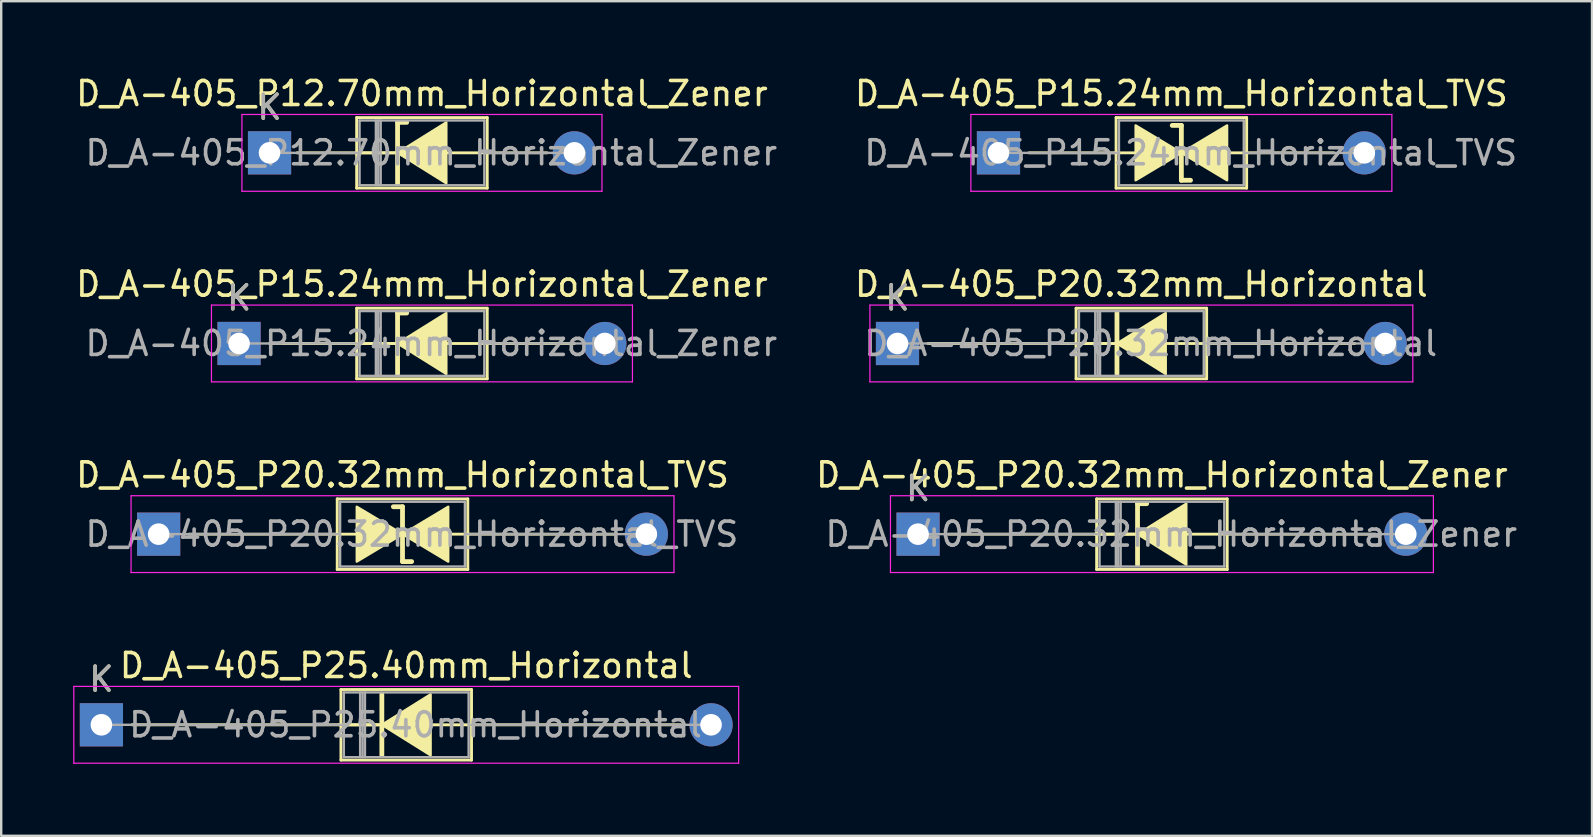
<source format=kicad_pcb>
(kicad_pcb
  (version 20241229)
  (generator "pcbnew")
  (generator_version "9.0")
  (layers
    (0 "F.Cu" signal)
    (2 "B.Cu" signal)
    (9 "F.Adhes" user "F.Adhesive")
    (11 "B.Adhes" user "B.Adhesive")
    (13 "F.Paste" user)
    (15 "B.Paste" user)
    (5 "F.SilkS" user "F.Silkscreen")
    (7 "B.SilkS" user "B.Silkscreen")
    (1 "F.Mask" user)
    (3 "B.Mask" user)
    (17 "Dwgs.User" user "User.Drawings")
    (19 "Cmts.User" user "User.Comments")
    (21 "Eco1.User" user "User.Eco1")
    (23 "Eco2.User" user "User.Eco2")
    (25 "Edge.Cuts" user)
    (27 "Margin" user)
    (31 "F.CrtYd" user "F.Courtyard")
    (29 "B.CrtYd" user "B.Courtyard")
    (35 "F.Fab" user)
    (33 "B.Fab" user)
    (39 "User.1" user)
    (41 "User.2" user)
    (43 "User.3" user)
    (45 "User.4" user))
  (footprint "D_A-405_P20.32mm_Horizontal_TVS"
    (layer "F.Cu")
    (at 3.56 19.205)
    (property "Reference" "D_A-405_P20.32mm_Horizontal_TVS" (at 10.16 -2.47 0) (layer "F.SilkS") (effects (font (size 1 1) (thickness 0.15))))
    (attr through_hole)
    (fp_line (start 1.27 0) (end 7.44 0) (stroke (width 0.12) (type solid)) (layer "F.SilkS"))
    (fp_line (start 7.44 -1.47) (end 7.44 1.47) (stroke (width 0.12) (type solid)) (layer "F.SilkS"))
    (fp_line (start 7.44 0) (end 8.255 0) (stroke (width 0.12) (type solid)) (layer "F.SilkS"))
    (fp_line (start 7.44 1.47) (end 12.88 1.47) (stroke (width 0.12) (type solid)) (layer "F.SilkS"))
    (fp_line (start 10.16 -1.143) (end 9.779 -1.143) (stroke (width 0.2) (type solid)) (layer "F.SilkS"))
    (fp_line (start 10.16 1.143) (end 10.16 -1.143) (stroke (width 0.2) (type solid)) (layer "F.SilkS"))
    (fp_line (start 10.541 1.143) (end 10.16 1.143) (stroke (width 0.2) (type solid)) (layer "F.SilkS"))
    (fp_line (start 12.88 -1.47) (end 7.44 -1.47) (stroke (width 0.12) (type solid)) (layer "F.SilkS"))
    (fp_line (start 12.88 0) (end 12.065 0) (stroke (width 0.12) (type solid)) (layer "F.SilkS"))
    (fp_line (start 12.88 1.47) (end 12.88 -1.47) (stroke (width 0.12) (type solid)) (layer "F.SilkS"))
    (fp_line (start 19.05 0) (end 12.88 0) (stroke (width 0.12) (type solid)) (layer "F.SilkS"))
    (fp_poly (pts (xy 10.16 0) (xy 8.255 1.143) (xy 8.255 -1.143)) (stroke (width 0.1) (type solid)) (fill yes) (layer "F.SilkS"))
    (fp_poly (pts (xy 10.16 0) (xy 12.065 -1.143) (xy 12.065 1.143)) (stroke (width 0.1) (type solid)) (fill yes) (layer "F.SilkS"))
    (fp_line (start -1.15 -1.6) (end -1.15 1.6) (stroke (width 0.05) (type solid)) (layer "F.CrtYd"))
    (fp_line (start -1.15 1.6) (end 21.47 1.6) (stroke (width 0.05) (type solid)) (layer "F.CrtYd"))
    (fp_line (start 21.47 -1.6) (end -1.15 -1.6) (stroke (width 0.05) (type solid)) (layer "F.CrtYd"))
    (fp_line (start 21.47 1.6) (end 21.47 -1.6) (stroke (width 0.05) (type solid)) (layer "F.CrtYd"))
    (fp_line (start 0 0) (end 7.56 0) (stroke (width 0.1) (type solid)) (layer "F.Fab"))
    (fp_line (start 7.56 -1.35) (end 7.56 1.35) (stroke (width 0.1) (type solid)) (layer "F.Fab"))
    (fp_line (start 7.56 1.35) (end 12.76 1.35) (stroke (width 0.1) (type solid)) (layer "F.Fab"))
    (fp_line (start 12.76 -1.35) (end 7.56 -1.35) (stroke (width 0.1) (type solid)) (layer "F.Fab"))
    (fp_line (start 12.76 1.35) (end 12.76 -1.35) (stroke (width 0.1) (type solid)) (layer "F.Fab"))
    (fp_line (start 20.32 0) (end 12.76 0) (stroke (width 0.1) (type solid)) (layer "F.Fab"))
    (fp_text user "${REFERENCE}" (at 10.55 0 0) (layer "F.Fab") (effects (font (size 1 1) (thickness 0.15))))
    (pad "1" thru_hole rect (at 0 0) (size 1.8 1.8) (drill 0.9) (layers "*.Cu" "*.Mask"))
    (pad "2" thru_hole oval (at 20.32 0) (size 1.8 1.8) (drill 0.9) (layers "*.Cu" "*.Mask")))
  (footprint "D_A-405_P20.32mm_Horizontal_Zener"
    (layer "F.Cu")
    (at 35.2 19.205)
    (property "Reference" "D_A-405_P20.32mm_Horizontal_Zener" (at 10.16 -2.47 0) (layer "F.SilkS") (effects (font (size 1 1) (thickness 0.15))))
    (attr through_hole)
    (fp_line (start 1.27 0) (end 7.44 0) (stroke (width 0.12) (type solid)) (layer "F.SilkS"))
    (fp_line (start 7.44 -1.47) (end 7.44 1.47) (stroke (width 0.12) (type solid)) (layer "F.SilkS"))
    (fp_line (start 7.44 1.47) (end 12.88 1.47) (stroke (width 0.12) (type solid)) (layer "F.SilkS"))
    (fp_line (start 7.61 0) (end 9.144 0) (stroke (width 0.12) (type solid)) (layer "F.SilkS"))
    (fp_line (start 9.01 0) (end 7.366 0) (stroke (width 0.12) (type solid)) (layer "F.SilkS"))
    (fp_line (start 9.144 -1.27) (end 9.144 1.27) (stroke (width 0.2) (type solid)) (layer "F.SilkS"))
    (fp_line (start 9.144 -1.27) (end 9.525 -1.27) (stroke (width 0.2) (type solid)) (layer "F.SilkS"))
    (fp_line (start 12.88 -1.47) (end 7.44 -1.47) (stroke (width 0.12) (type solid)) (layer "F.SilkS"))
    (fp_line (start 12.88 0) (end 11.239 0) (stroke (width 0.12) (type solid)) (layer "F.SilkS"))
    (fp_line (start 12.88 1.47) (end 12.88 -1.47) (stroke (width 0.12) (type solid)) (layer "F.SilkS"))
    (fp_line (start 19.05 0) (end 12.88 0) (stroke (width 0.12) (type solid)) (layer "F.SilkS"))
    (fp_poly (pts (xy 11.176 1.27) (xy 9.144 0) (xy 11.176 -1.27)) (stroke (width 0.1) (type solid)) (fill yes) (layer "F.SilkS"))
    (fp_line (start -1.15 -1.6) (end -1.15 1.6) (stroke (width 0.05) (type solid)) (layer "F.CrtYd"))
    (fp_line (start -1.15 1.6) (end 21.47 1.6) (stroke (width 0.05) (type solid)) (layer "F.CrtYd"))
    (fp_line (start 21.47 -1.6) (end -1.15 -1.6) (stroke (width 0.05) (type solid)) (layer "F.CrtYd"))
    (fp_line (start 21.47 1.6) (end 21.47 -1.6) (stroke (width 0.05) (type solid)) (layer "F.CrtYd"))
    (fp_line (start 0 0) (end 7.56 0) (stroke (width 0.1) (type solid)) (layer "F.Fab"))
    (fp_line (start 7.56 -1.35) (end 7.56 1.35) (stroke (width 0.1) (type solid)) (layer "F.Fab"))
    (fp_line (start 7.56 1.35) (end 12.76 1.35) (stroke (width 0.1) (type solid)) (layer "F.Fab"))
    (fp_line (start 8.24 -1.35) (end 8.24 1.35) (stroke (width 0.1) (type solid)) (layer "F.Fab"))
    (fp_line (start 8.34 -1.35) (end 8.34 1.35) (stroke (width 0.1) (type solid)) (layer "F.Fab"))
    (fp_line (start 8.44 -1.35) (end 8.44 1.35) (stroke (width 0.1) (type solid)) (layer "F.Fab"))
    (fp_line (start 12.76 -1.35) (end 7.56 -1.35) (stroke (width 0.1) (type solid)) (layer "F.Fab"))
    (fp_line (start 12.76 1.35) (end 12.76 -1.35) (stroke (width 0.1) (type solid)) (layer "F.Fab"))
    (fp_line (start 20.32 0) (end 12.76 0) (stroke (width 0.1) (type solid)) (layer "F.Fab"))
    (fp_text user "K" (at 0 -1.9 0) (layer "F.SilkS") (effects (font (size 1 1) (thickness 0.15))))
    (fp_text user "K" (at 0 -1.9 0) (layer "F.Fab") (effects (font (size 1 1) (thickness 0.15))))
    (fp_text user "${REFERENCE}" (at 10.55 0 0) (layer "F.Fab") (effects (font (size 1 1) (thickness 0.15))))
    (pad "1" thru_hole rect (at 0 0) (size 1.8 1.8) (drill 0.9) (layers "*.Cu" "*.Mask"))
    (pad "2" thru_hole oval (at 20.32 0) (size 1.8 1.8) (drill 0.9) (layers "*.Cu" "*.Mask")))
  (footprint "D_A-405_P25.40mm_Horizontal"
    (layer "F.Cu")
    (at 1.175 27.148)
    (property "Reference" "D_A-405_P25.40mm_Horizontal" (at 12.7 -2.47 0) (layer "F.SilkS") (effects (font (size 1 1) (thickness 0.15))))
    (attr through_hole)
    (fp_line (start 1.27 0) (end 9.98 0) (stroke (width 0.12) (type solid)) (layer "F.SilkS"))
    (fp_line (start 9.98 -1.47) (end 9.98 1.47) (stroke (width 0.12) (type solid)) (layer "F.SilkS"))
    (fp_line (start 9.98 1.47) (end 15.42 1.47) (stroke (width 0.12) (type solid)) (layer "F.SilkS"))
    (fp_line (start 10.15 0) (end 11.55 0) (stroke (width 0.12) (type solid)) (layer "F.SilkS"))
    (fp_line (start 11.684 -1.27) (end 11.684 1.27) (stroke (width 0.2) (type solid)) (layer "F.SilkS"))
    (fp_line (start 11.684 0) (end 9.906 0) (stroke (width 0.12) (type solid)) (layer "F.SilkS"))
    (fp_line (start 15.42 -1.47) (end 9.98 -1.47) (stroke (width 0.12) (type solid)) (layer "F.SilkS"))
    (fp_line (start 15.42 0) (end 13.78 0) (stroke (width 0.12) (type solid)) (layer "F.SilkS"))
    (fp_line (start 15.42 1.47) (end 15.42 -1.47) (stroke (width 0.12) (type solid)) (layer "F.SilkS"))
    (fp_line (start 24.13 0) (end 15.42 0) (stroke (width 0.12) (type solid)) (layer "F.SilkS"))
    (fp_poly (pts (xy 13.716 1.27) (xy 11.684 0) (xy 13.716 -1.27)) (stroke (width 0.1) (type solid)) (fill yes) (layer "F.SilkS"))
    (fp_line (start -1.15 -1.6) (end -1.15 1.6) (stroke (width 0.05) (type solid)) (layer "F.CrtYd"))
    (fp_line (start -1.15 1.6) (end 26.55 1.6) (stroke (width 0.05) (type solid)) (layer "F.CrtYd"))
    (fp_line (start 26.55 -1.6) (end -1.15 -1.6) (stroke (width 0.05) (type solid)) (layer "F.CrtYd"))
    (fp_line (start 26.55 1.6) (end 26.55 -1.6) (stroke (width 0.05) (type solid)) (layer "F.CrtYd"))
    (fp_line (start 0 0) (end 10.1 0) (stroke (width 0.1) (type solid)) (layer "F.Fab"))
    (fp_line (start 10.1 -1.35) (end 10.1 1.35) (stroke (width 0.1) (type solid)) (layer "F.Fab"))
    (fp_line (start 10.1 1.35) (end 15.3 1.35) (stroke (width 0.1) (type solid)) (layer "F.Fab"))
    (fp_line (start 10.78 -1.35) (end 10.78 1.35) (stroke (width 0.1) (type solid)) (layer "F.Fab"))
    (fp_line (start 10.88 -1.35) (end 10.88 1.35) (stroke (width 0.1) (type solid)) (layer "F.Fab"))
    (fp_line (start 10.98 -1.35) (end 10.98 1.35) (stroke (width 0.1) (type solid)) (layer "F.Fab"))
    (fp_line (start 15.3 -1.35) (end 10.1 -1.35) (stroke (width 0.1) (type solid)) (layer "F.Fab"))
    (fp_line (start 15.3 1.35) (end 15.3 -1.35) (stroke (width 0.1) (type solid)) (layer "F.Fab"))
    (fp_line (start 25.4 0) (end 15.3 0) (stroke (width 0.1) (type solid)) (layer "F.Fab"))
    (fp_text user "K" (at 0 -1.9 0) (layer "F.SilkS") (effects (font (size 1 1) (thickness 0.15))))
    (fp_text user "${REFERENCE}" (at 13.09 0 0) (layer "F.Fab") (effects (font (size 1 1) (thickness 0.15))))
    (fp_text user "K" (at 0 -1.9 0) (layer "F.Fab") (effects (font (size 1 1) (thickness 0.15))))
    (pad "1" thru_hole rect (at 0 0) (size 1.8 1.8) (drill 0.9) (layers "*.Cu" "*.Mask"))
    (pad "2" thru_hole oval (at 25.4 0) (size 1.8 1.8) (drill 0.9) (layers "*.Cu" "*.Mask")))
  (footprint "D_A-405_P12.70mm_Horizontal_Zener"
    (layer "F.Cu")
    (at 8.18 3.318)
    (property "Reference" "D_A-405_P12.70mm_Horizontal_Zener" (at 6.35 -2.47 0) (layer "F.SilkS") (effects (font (size 1 1) (thickness 0.15))))
    (attr through_hole)
    (fp_line (start 1.14 0) (end 3.63 0) (stroke (width 0.12) (type solid)) (layer "F.SilkS"))
    (fp_line (start 3.63 -1.47) (end 3.63 1.47) (stroke (width 0.12) (type solid)) (layer "F.SilkS"))
    (fp_line (start 3.63 0) (end 5.2 0) (stroke (width 0.12) (type solid)) (layer "F.SilkS"))
    (fp_line (start 3.63 1.47) (end 9.07 1.47) (stroke (width 0.12) (type solid)) (layer "F.SilkS"))
    (fp_line (start 5.334 -1.27) (end 5.334 1.27) (stroke (width 0.2) (type solid)) (layer "F.SilkS"))
    (fp_line (start 5.334 -1.27) (end 5.715 -1.27) (stroke (width 0.2) (type solid)) (layer "F.SilkS"))
    (fp_line (start 5.334 0) (end 3.8 0) (stroke (width 0.12) (type solid)) (layer "F.SilkS"))
    (fp_line (start 9.07 -1.47) (end 3.63 -1.47) (stroke (width 0.12) (type solid)) (layer "F.SilkS"))
    (fp_line (start 9.07 0) (end 7.429 0) (stroke (width 0.12) (type solid)) (layer "F.SilkS"))
    (fp_line (start 9.07 1.47) (end 9.07 -1.47) (stroke (width 0.12) (type solid)) (layer "F.SilkS"))
    (fp_line (start 11.56 0) (end 9.07 0) (stroke (width 0.12) (type solid)) (layer "F.SilkS"))
    (fp_poly (pts (xy 7.366 1.27) (xy 5.334 0) (xy 7.366 -1.27)) (stroke (width 0.1) (type solid)) (fill yes) (layer "F.SilkS"))
    (fp_line (start -1.15 -1.6) (end -1.15 1.6) (stroke (width 0.05) (type solid)) (layer "F.CrtYd"))
    (fp_line (start -1.15 1.6) (end 13.85 1.6) (stroke (width 0.05) (type solid)) (layer "F.CrtYd"))
    (fp_line (start 13.85 -1.6) (end -1.15 -1.6) (stroke (width 0.05) (type solid)) (layer "F.CrtYd"))
    (fp_line (start 13.85 1.6) (end 13.85 -1.6) (stroke (width 0.05) (type solid)) (layer "F.CrtYd"))
    (fp_line (start 0 0) (end 3.75 0) (stroke (width 0.1) (type solid)) (layer "F.Fab"))
    (fp_line (start 3.75 -1.35) (end 3.75 1.35) (stroke (width 0.1) (type solid)) (layer "F.Fab"))
    (fp_line (start 3.75 1.35) (end 8.95 1.35) (stroke (width 0.1) (type solid)) (layer "F.Fab"))
    (fp_line (start 4.43 -1.35) (end 4.43 1.35) (stroke (width 0.1) (type solid)) (layer "F.Fab"))
    (fp_line (start 4.53 -1.35) (end 4.53 1.35) (stroke (width 0.1) (type solid)) (layer "F.Fab"))
    (fp_line (start 4.63 -1.35) (end 4.63 1.35) (stroke (width 0.1) (type solid)) (layer "F.Fab"))
    (fp_line (start 8.95 -1.35) (end 3.75 -1.35) (stroke (width 0.1) (type solid)) (layer "F.Fab"))
    (fp_line (start 8.95 1.35) (end 8.95 -1.35) (stroke (width 0.1) (type solid)) (layer "F.Fab"))
    (fp_line (start 12.7 0) (end 8.95 0) (stroke (width 0.1) (type solid)) (layer "F.Fab"))
    (fp_text user "K" (at 0 -1.9 0) (layer "F.SilkS") (effects (font (size 1 1) (thickness 0.15))))
    (fp_text user "${REFERENCE}" (at 6.74 0 0) (layer "F.Fab") (effects (font (size 1 1) (thickness 0.15))))
    (fp_text user "K" (at 0 -1.9 0) (layer "F.Fab") (effects (font (size 1 1) (thickness 0.15))))
    (pad "1" thru_hole rect (at 0 0) (size 1.8 1.8) (drill 0.9) (layers "*.Cu" "*.Mask"))
    (pad "2" thru_hole oval (at 12.7 0) (size 1.8 1.8) (drill 0.9) (layers "*.Cu" "*.Mask")))
  (footprint "D_A-405_P20.32mm_Horizontal"
    (layer "F.Cu")
    (at 34.343 11.261)
    (property "Reference" "D_A-405_P20.32mm_Horizontal" (at 10.16 -2.47 0) (layer "F.SilkS") (effects (font (size 1 1) (thickness 0.15))))
    (attr through_hole)
    (fp_line (start 1.27 0) (end 7.44 0) (stroke (width 0.12) (type solid)) (layer "F.SilkS"))
    (fp_line (start 7.44 -1.47) (end 7.44 1.47) (stroke (width 0.12) (type solid)) (layer "F.SilkS"))
    (fp_line (start 7.44 1.47) (end 12.88 1.47) (stroke (width 0.12) (type solid)) (layer "F.SilkS"))
    (fp_line (start 7.61 0) (end 9.144 0) (stroke (width 0.12) (type solid)) (layer "F.SilkS"))
    (fp_line (start 9.01 0) (end 7.366 0) (stroke (width 0.12) (type solid)) (layer "F.SilkS"))
    (fp_line (start 9.144 -1.27) (end 9.144 1.27) (stroke (width 0.2) (type solid)) (layer "F.SilkS"))
    (fp_line (start 12.88 -1.47) (end 7.44 -1.47) (stroke (width 0.12) (type solid)) (layer "F.SilkS"))
    (fp_line (start 12.88 0) (end 11.239 0) (stroke (width 0.12) (type solid)) (layer "F.SilkS"))
    (fp_line (start 12.88 1.47) (end 12.88 -1.47) (stroke (width 0.12) (type solid)) (layer "F.SilkS"))
    (fp_line (start 19.05 0) (end 12.88 0) (stroke (width 0.12) (type solid)) (layer "F.SilkS"))
    (fp_poly (pts (xy 11.176 1.27) (xy 9.144 0) (xy 11.176 -1.27)) (stroke (width 0.1) (type solid)) (fill yes) (layer "F.SilkS"))
    (fp_line (start -1.15 -1.6) (end -1.15 1.6) (stroke (width 0.05) (type solid)) (layer "F.CrtYd"))
    (fp_line (start -1.15 1.6) (end 21.47 1.6) (stroke (width 0.05) (type solid)) (layer "F.CrtYd"))
    (fp_line (start 21.47 -1.6) (end -1.15 -1.6) (stroke (width 0.05) (type solid)) (layer "F.CrtYd"))
    (fp_line (start 21.47 1.6) (end 21.47 -1.6) (stroke (width 0.05) (type solid)) (layer "F.CrtYd"))
    (fp_line (start 0 0) (end 7.56 0) (stroke (width 0.1) (type solid)) (layer "F.Fab"))
    (fp_line (start 7.56 -1.35) (end 7.56 1.35) (stroke (width 0.1) (type solid)) (layer "F.Fab"))
    (fp_line (start 7.56 1.35) (end 12.76 1.35) (stroke (width 0.1) (type solid)) (layer "F.Fab"))
    (fp_line (start 8.24 -1.35) (end 8.24 1.35) (stroke (width 0.1) (type solid)) (layer "F.Fab"))
    (fp_line (start 8.34 -1.35) (end 8.34 1.35) (stroke (width 0.1) (type solid)) (layer "F.Fab"))
    (fp_line (start 8.44 -1.35) (end 8.44 1.35) (stroke (width 0.1) (type solid)) (layer "F.Fab"))
    (fp_line (start 12.76 -1.35) (end 7.56 -1.35) (stroke (width 0.1) (type solid)) (layer "F.Fab"))
    (fp_line (start 12.76 1.35) (end 12.76 -1.35) (stroke (width 0.1) (type solid)) (layer "F.Fab"))
    (fp_line (start 20.32 0) (end 12.76 0) (stroke (width 0.1) (type solid)) (layer "F.Fab"))
    (fp_text user "K" (at 0 -1.9 0) (layer "F.SilkS") (effects (font (size 1 1) (thickness 0.15))))
    (fp_text user "${REFERENCE}" (at 10.55 0 0) (layer "F.Fab") (effects (font (size 1 1) (thickness 0.15))))
    (fp_text user "K" (at 0 -1.9 0) (layer "F.Fab") (effects (font (size 1 1) (thickness 0.15))))
    (pad "1" thru_hole rect (at 0 0) (size 1.8 1.8) (drill 0.9) (layers "*.Cu" "*.Mask"))
    (pad "2" thru_hole oval (at 20.32 0) (size 1.8 1.8) (drill 0.9) (layers "*.Cu" "*.Mask")))
  (footprint "D_A-405_P15.24mm_Horizontal_TVS"
    (layer "F.Cu")
    (at 38.55 3.318)
    (property "Reference" "D_A-405_P15.24mm_Horizontal_TVS" (at 7.62 -2.47 0) (layer "F.SilkS") (effects (font (size 1 1) (thickness 0.15))))
    (attr through_hole)
    (fp_line (start 1.27 0) (end 4.9 0) (stroke (width 0.12) (type solid)) (layer "F.SilkS"))
    (fp_line (start 4.9 -1.47) (end 4.9 1.47) (stroke (width 0.12) (type solid)) (layer "F.SilkS"))
    (fp_line (start 4.9 0) (end 5.715 0) (stroke (width 0.12) (type solid)) (layer "F.SilkS"))
    (fp_line (start 4.9 1.47) (end 10.34 1.47) (stroke (width 0.12) (type solid)) (layer "F.SilkS"))
    (fp_line (start 7.62 -1.143) (end 7.239 -1.143) (stroke (width 0.2) (type solid)) (layer "F.SilkS"))
    (fp_line (start 7.62 1.143) (end 7.62 -1.143) (stroke (width 0.2) (type solid)) (layer "F.SilkS"))
    (fp_line (start 8.001 1.143) (end 7.62 1.143) (stroke (width 0.2) (type solid)) (layer "F.SilkS"))
    (fp_line (start 10.34 -1.47) (end 4.9 -1.47) (stroke (width 0.12) (type solid)) (layer "F.SilkS"))
    (fp_line (start 10.34 0) (end 9.525 0) (stroke (width 0.12) (type solid)) (layer "F.SilkS"))
    (fp_line (start 10.34 1.47) (end 10.34 -1.47) (stroke (width 0.12) (type solid)) (layer "F.SilkS"))
    (fp_line (start 13.97 0) (end 10.34 0) (stroke (width 0.12) (type solid)) (layer "F.SilkS"))
    (fp_poly (pts (xy 7.62 0) (xy 5.715 1.143) (xy 5.715 -1.143)) (stroke (width 0.1) (type solid)) (fill yes) (layer "F.SilkS"))
    (fp_poly (pts (xy 7.62 0) (xy 9.525 -1.143) (xy 9.525 1.143)) (stroke (width 0.1) (type solid)) (fill yes) (layer "F.SilkS"))
    (fp_line (start -1.15 -1.6) (end -1.15 1.6) (stroke (width 0.05) (type solid)) (layer "F.CrtYd"))
    (fp_line (start -1.15 1.6) (end 16.39 1.6) (stroke (width 0.05) (type solid)) (layer "F.CrtYd"))
    (fp_line (start 16.39 -1.6) (end -1.15 -1.6) (stroke (width 0.05) (type solid)) (layer "F.CrtYd"))
    (fp_line (start 16.39 1.6) (end 16.39 -1.6) (stroke (width 0.05) (type solid)) (layer "F.CrtYd"))
    (fp_line (start 0 0) (end 5.02 0) (stroke (width 0.1) (type solid)) (layer "F.Fab"))
    (fp_line (start 5.02 -1.35) (end 5.02 1.35) (stroke (width 0.1) (type solid)) (layer "F.Fab"))
    (fp_line (start 5.02 1.35) (end 10.22 1.35) (stroke (width 0.1) (type solid)) (layer "F.Fab"))
    (fp_line (start 10.22 -1.35) (end 5.02 -1.35) (stroke (width 0.1) (type solid)) (layer "F.Fab"))
    (fp_line (start 10.22 1.35) (end 10.22 -1.35) (stroke (width 0.1) (type solid)) (layer "F.Fab"))
    (fp_line (start 15.24 0) (end 10.22 0) (stroke (width 0.1) (type solid)) (layer "F.Fab"))
    (fp_text user "${REFERENCE}" (at 8.01 0 0) (layer "F.Fab") (effects (font (size 1 1) (thickness 0.15))))
    (pad "1" thru_hole rect (at 0 0) (size 1.8 1.8) (drill 0.9) (layers "*.Cu" "*.Mask"))
    (pad "2" thru_hole oval (at 15.24 0) (size 1.8 1.8) (drill 0.9) (layers "*.Cu" "*.Mask")))
  (footprint "D_A-405_P15.24mm_Horizontal_Zener"
    (layer "F.Cu")
    (at 6.91 11.261)
    (property "Reference" "D_A-405_P15.24mm_Horizontal_Zener" (at 7.62 -2.47 0) (layer "F.SilkS") (effects (font (size 1 1) (thickness 0.15))))
    (attr through_hole)
    (fp_line (start 1.27 0) (end 4.9 0) (stroke (width 0.12) (type solid)) (layer "F.SilkS"))
    (fp_line (start 4.9 -1.47) (end 4.9 1.47) (stroke (width 0.12) (type solid)) (layer "F.SilkS"))
    (fp_line (start 4.9 0) (end 6.604 0) (stroke (width 0.12) (type solid)) (layer "F.SilkS"))
    (fp_line (start 4.9 1.47) (end 10.34 1.47) (stroke (width 0.12) (type solid)) (layer "F.SilkS"))
    (fp_line (start 6.47 0) (end 5.07 0) (stroke (width 0.12) (type solid)) (layer "F.SilkS"))
    (fp_line (start 6.604 -1.27) (end 6.604 1.27) (stroke (width 0.2) (type solid)) (layer "F.SilkS"))
    (fp_line (start 6.604 -1.27) (end 6.985 -1.27) (stroke (width 0.2) (type solid)) (layer "F.SilkS"))
    (fp_line (start 10.34 -1.47) (end 4.9 -1.47) (stroke (width 0.12) (type solid)) (layer "F.SilkS"))
    (fp_line (start 10.34 0) (end 8.7 0) (stroke (width 0.12) (type solid)) (layer "F.SilkS"))
    (fp_line (start 10.34 1.47) (end 10.34 -1.47) (stroke (width 0.12) (type solid)) (layer "F.SilkS"))
    (fp_line (start 13.97 0) (end 10.34 0) (stroke (width 0.12) (type solid)) (layer "F.SilkS"))
    (fp_poly (pts (xy 8.636 1.27) (xy 6.604 0) (xy 8.636 -1.27)) (stroke (width 0.1) (type solid)) (fill yes) (layer "F.SilkS"))
    (fp_line (start -1.15 -1.6) (end -1.15 1.6) (stroke (width 0.05) (type solid)) (layer "F.CrtYd"))
    (fp_line (start -1.15 1.6) (end 16.39 1.6) (stroke (width 0.05) (type solid)) (layer "F.CrtYd"))
    (fp_line (start 16.39 -1.6) (end -1.15 -1.6) (stroke (width 0.05) (type solid)) (layer "F.CrtYd"))
    (fp_line (start 16.39 1.6) (end 16.39 -1.6) (stroke (width 0.05) (type solid)) (layer "F.CrtYd"))
    (fp_line (start 0 0) (end 5.02 0) (stroke (width 0.1) (type solid)) (layer "F.Fab"))
    (fp_line (start 5.02 -1.35) (end 5.02 1.35) (stroke (width 0.1) (type solid)) (layer "F.Fab"))
    (fp_line (start 5.02 1.35) (end 10.22 1.35) (stroke (width 0.1) (type solid)) (layer "F.Fab"))
    (fp_line (start 5.7 -1.35) (end 5.7 1.35) (stroke (width 0.1) (type solid)) (layer "F.Fab"))
    (fp_line (start 5.8 -1.35) (end 5.8 1.35) (stroke (width 0.1) (type solid)) (layer "F.Fab"))
    (fp_line (start 5.9 -1.35) (end 5.9 1.35) (stroke (width 0.1) (type solid)) (layer "F.Fab"))
    (fp_line (start 10.22 -1.35) (end 5.02 -1.35) (stroke (width 0.1) (type solid)) (layer "F.Fab"))
    (fp_line (start 10.22 1.35) (end 10.22 -1.35) (stroke (width 0.1) (type solid)) (layer "F.Fab"))
    (fp_line (start 15.24 0) (end 10.22 0) (stroke (width 0.1) (type solid)) (layer "F.Fab"))
    (fp_text user "K" (at 0 -1.9 0) (layer "F.SilkS") (effects (font (size 1 1) (thickness 0.15))))
    (fp_text user "${REFERENCE}" (at 8.01 0 0) (layer "F.Fab") (effects (font (size 1 1) (thickness 0.15))))
    (fp_text user "K" (at 0 -1.9 0) (layer "F.Fab") (effects (font (size 1 1) (thickness 0.15))))
    (pad "1" thru_hole rect (at 0 0) (size 1.8 1.8) (drill 0.9) (layers "*.Cu" "*.Mask"))
    (pad "2" thru_hole oval (at 15.24 0) (size 1.8 1.8) (drill 0.9) (layers "*.Cu" "*.Mask")))
  (gr_rect
    (start -3 -3)
    (end 63.28 31.773)
    (stroke (width 0.1) (type default))
    (fill no)
    (layer "Edge.Cuts")))
</source>
